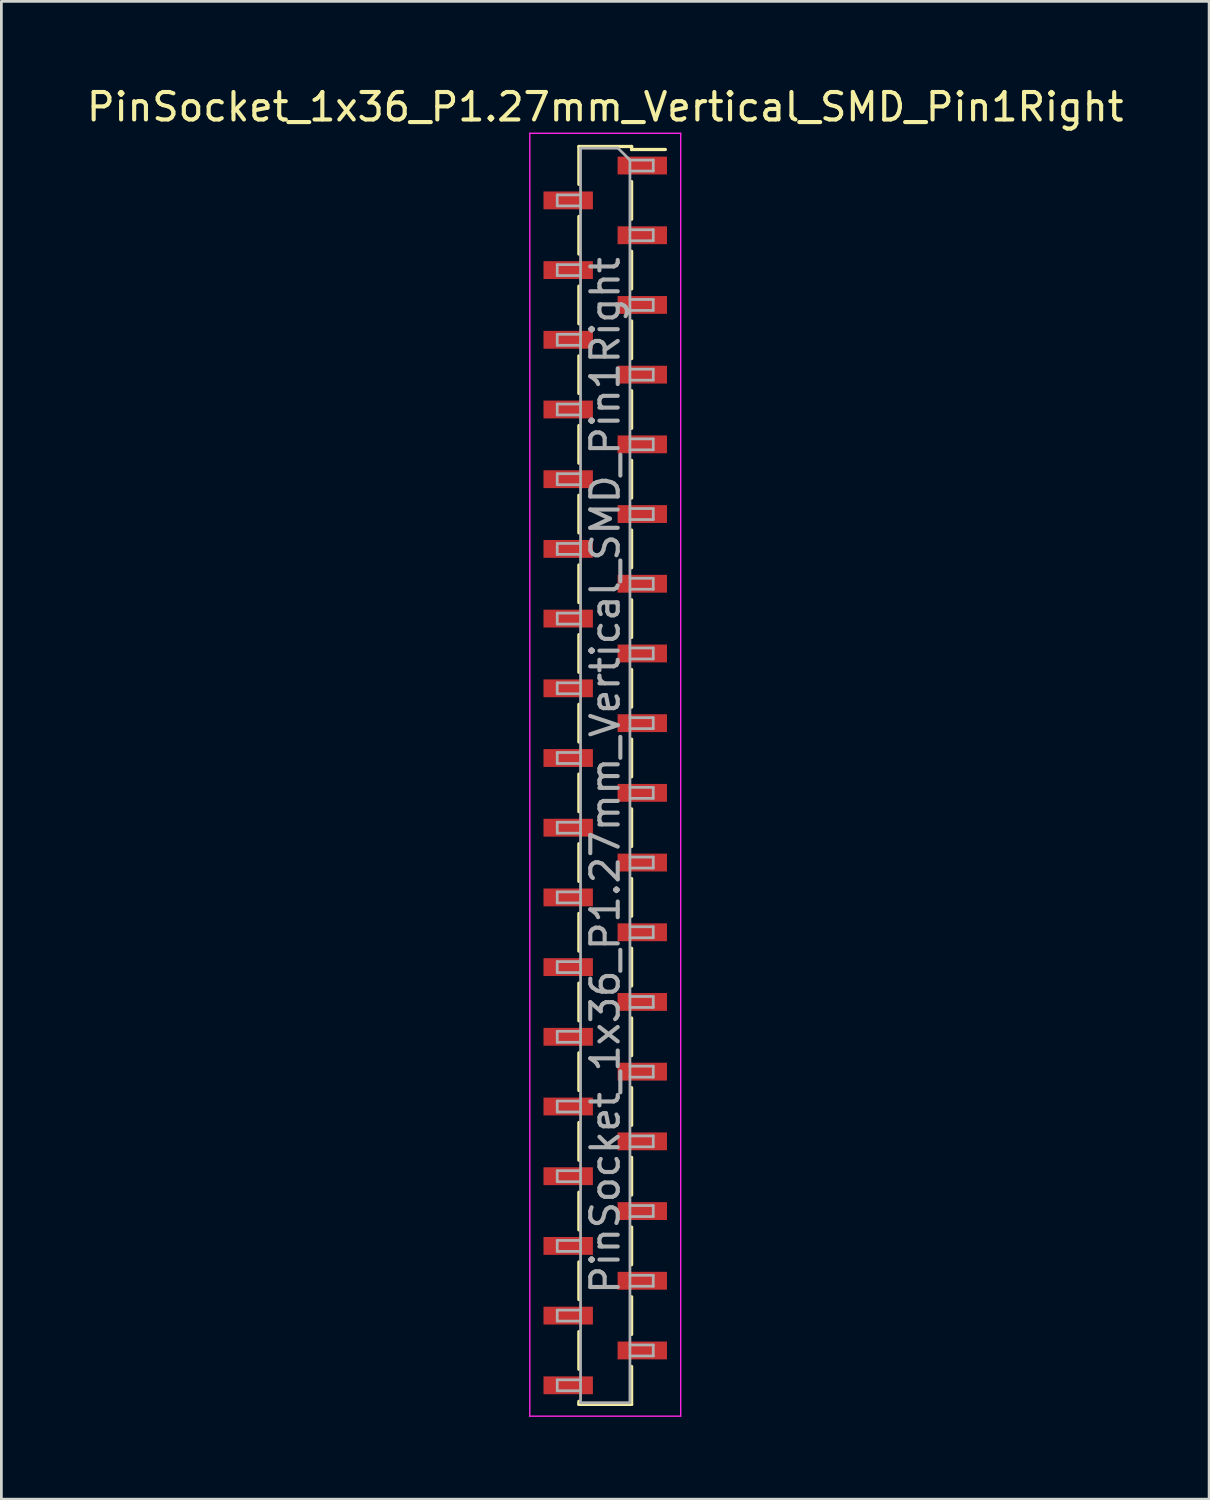
<source format=kicad_pcb>
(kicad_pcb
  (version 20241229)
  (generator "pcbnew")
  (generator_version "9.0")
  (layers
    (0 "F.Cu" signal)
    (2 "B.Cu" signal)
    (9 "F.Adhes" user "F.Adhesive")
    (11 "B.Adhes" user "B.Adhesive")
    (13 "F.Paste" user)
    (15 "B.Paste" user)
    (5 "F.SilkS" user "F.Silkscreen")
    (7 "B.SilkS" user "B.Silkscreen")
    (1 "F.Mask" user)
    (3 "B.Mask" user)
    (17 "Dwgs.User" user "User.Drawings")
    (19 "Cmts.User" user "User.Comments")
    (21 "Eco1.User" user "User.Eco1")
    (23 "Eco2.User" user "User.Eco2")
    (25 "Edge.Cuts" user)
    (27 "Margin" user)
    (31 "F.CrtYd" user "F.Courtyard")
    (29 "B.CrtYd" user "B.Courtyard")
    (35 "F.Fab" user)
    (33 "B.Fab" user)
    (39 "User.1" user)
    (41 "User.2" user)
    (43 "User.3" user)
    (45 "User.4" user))
  (footprint "PinSocket_1x36_P1.27mm_Vertical_SMD_Pin1Right"
    (layer "F.Cu")
    (at 19.006 25.208)
    (property "Reference" "PinSocket_1x36_P1.27mm_Vertical_SMD_Pin1Right" (at 0 -24.36 0) (layer "F.SilkS") (effects (font (size 1 1) (thickness 0.15))))
    (attr smd)
    (fp_line (start -0.96 -22.92) (end -0.96 -21.54) (stroke (width 0.12) (type solid)) (layer "F.SilkS"))
    (fp_line (start -0.96 -22.92) (end 0.96 -22.92) (stroke (width 0.12) (type solid)) (layer "F.SilkS"))
    (fp_line (start -0.96 -20.37) (end -0.96 -19) (stroke (width 0.12) (type solid)) (layer "F.SilkS"))
    (fp_line (start -0.96 -17.83) (end -0.96 -16.46) (stroke (width 0.12) (type solid)) (layer "F.SilkS"))
    (fp_line (start -0.96 -15.29) (end -0.96 -13.92) (stroke (width 0.12) (type solid)) (layer "F.SilkS"))
    (fp_line (start -0.96 -12.75) (end -0.96 -11.38) (stroke (width 0.12) (type solid)) (layer "F.SilkS"))
    (fp_line (start -0.96 -10.21) (end -0.96 -8.84) (stroke (width 0.12) (type solid)) (layer "F.SilkS"))
    (fp_line (start -0.96 -7.67) (end -0.96 -6.3) (stroke (width 0.12) (type solid)) (layer "F.SilkS"))
    (fp_line (start -0.96 -5.13) (end -0.96 -3.76) (stroke (width 0.12) (type solid)) (layer "F.SilkS"))
    (fp_line (start -0.96 -2.59) (end -0.96 -1.22) (stroke (width 0.12) (type solid)) (layer "F.SilkS"))
    (fp_line (start -0.96 -0.05) (end -0.96 1.32) (stroke (width 0.12) (type solid)) (layer "F.SilkS"))
    (fp_line (start -0.96 2.49) (end -0.96 3.86) (stroke (width 0.12) (type solid)) (layer "F.SilkS"))
    (fp_line (start -0.96 5.03) (end -0.96 6.4) (stroke (width 0.12) (type solid)) (layer "F.SilkS"))
    (fp_line (start -0.96 7.57) (end -0.96 8.94) (stroke (width 0.12) (type solid)) (layer "F.SilkS"))
    (fp_line (start -0.96 10.11) (end -0.96 11.48) (stroke (width 0.12) (type solid)) (layer "F.SilkS"))
    (fp_line (start -0.96 12.65) (end -0.96 14.02) (stroke (width 0.12) (type solid)) (layer "F.SilkS"))
    (fp_line (start -0.96 15.19) (end -0.96 16.56) (stroke (width 0.12) (type solid)) (layer "F.SilkS"))
    (fp_line (start -0.96 17.73) (end -0.96 19.1) (stroke (width 0.12) (type solid)) (layer "F.SilkS"))
    (fp_line (start -0.96 20.27) (end -0.96 21.64) (stroke (width 0.12) (type solid)) (layer "F.SilkS"))
    (fp_line (start -0.96 22.81) (end -0.96 22.92) (stroke (width 0.12) (type solid)) (layer "F.SilkS"))
    (fp_line (start -0.96 22.92) (end 0.96 22.92) (stroke (width 0.12) (type solid)) (layer "F.SilkS"))
    (fp_line (start 0.96 -22.92) (end 0.96 -22.81) (stroke (width 0.12) (type solid)) (layer "F.SilkS"))
    (fp_line (start 0.96 -22.81) (end 2.19 -22.81) (stroke (width 0.12) (type solid)) (layer "F.SilkS"))
    (fp_line (start 0.96 -21.64) (end 0.96 -20.27) (stroke (width 0.12) (type solid)) (layer "F.SilkS"))
    (fp_line (start 0.96 -19.1) (end 0.96 -17.73) (stroke (width 0.12) (type solid)) (layer "F.SilkS"))
    (fp_line (start 0.96 -16.56) (end 0.96 -15.19) (stroke (width 0.12) (type solid)) (layer "F.SilkS"))
    (fp_line (start 0.96 -14.02) (end 0.96 -12.65) (stroke (width 0.12) (type solid)) (layer "F.SilkS"))
    (fp_line (start 0.96 -11.48) (end 0.96 -10.11) (stroke (width 0.12) (type solid)) (layer "F.SilkS"))
    (fp_line (start 0.96 -8.94) (end 0.96 -7.57) (stroke (width 0.12) (type solid)) (layer "F.SilkS"))
    (fp_line (start 0.96 -6.4) (end 0.96 -5.03) (stroke (width 0.12) (type solid)) (layer "F.SilkS"))
    (fp_line (start 0.96 -3.86) (end 0.96 -2.49) (stroke (width 0.12) (type solid)) (layer "F.SilkS"))
    (fp_line (start 0.96 -1.32) (end 0.96 0.05) (stroke (width 0.12) (type solid)) (layer "F.SilkS"))
    (fp_line (start 0.96 1.22) (end 0.96 2.59) (stroke (width 0.12) (type solid)) (layer "F.SilkS"))
    (fp_line (start 0.96 3.76) (end 0.96 5.13) (stroke (width 0.12) (type solid)) (layer "F.SilkS"))
    (fp_line (start 0.96 6.3) (end 0.96 7.67) (stroke (width 0.12) (type solid)) (layer "F.SilkS"))
    (fp_line (start 0.96 8.84) (end 0.96 10.21) (stroke (width 0.12) (type solid)) (layer "F.SilkS"))
    (fp_line (start 0.96 11.38) (end 0.96 12.75) (stroke (width 0.12) (type solid)) (layer "F.SilkS"))
    (fp_line (start 0.96 13.92) (end 0.96 15.29) (stroke (width 0.12) (type solid)) (layer "F.SilkS"))
    (fp_line (start 0.96 16.46) (end 0.96 17.83) (stroke (width 0.12) (type solid)) (layer "F.SilkS"))
    (fp_line (start 0.96 19) (end 0.96 20.37) (stroke (width 0.12) (type solid)) (layer "F.SilkS"))
    (fp_line (start 0.96 21.54) (end 0.96 22.92) (stroke (width 0.12) (type solid)) (layer "F.SilkS"))
    (fp_line (start -2.75 -23.4) (end 2.75 -23.4) (stroke (width 0.05) (type solid)) (layer "F.CrtYd"))
    (fp_line (start -2.75 23.35) (end -2.75 -23.4) (stroke (width 0.05) (type solid)) (layer "F.CrtYd"))
    (fp_line (start 2.75 -23.4) (end 2.75 23.35) (stroke (width 0.05) (type solid)) (layer "F.CrtYd"))
    (fp_line (start 2.75 23.35) (end -2.75 23.35) (stroke (width 0.05) (type solid)) (layer "F.CrtYd"))
    (fp_line (start -1.75 -21.155) (end -0.9 -21.155) (stroke (width 0.1) (type solid)) (layer "F.Fab"))
    (fp_line (start -1.75 -20.755) (end -1.75 -21.155) (stroke (width 0.1) (type solid)) (layer "F.Fab"))
    (fp_line (start -1.75 -18.615) (end -0.9 -18.615) (stroke (width 0.1) (type solid)) (layer "F.Fab"))
    (fp_line (start -1.75 -18.215) (end -1.75 -18.615) (stroke (width 0.1) (type solid)) (layer "F.Fab"))
    (fp_line (start -1.75 -16.075) (end -0.9 -16.075) (stroke (width 0.1) (type solid)) (layer "F.Fab"))
    (fp_line (start -1.75 -15.675) (end -1.75 -16.075) (stroke (width 0.1) (type solid)) (layer "F.Fab"))
    (fp_line (start -1.75 -13.535) (end -0.9 -13.535) (stroke (width 0.1) (type solid)) (layer "F.Fab"))
    (fp_line (start -1.75 -13.135) (end -1.75 -13.535) (stroke (width 0.1) (type solid)) (layer "F.Fab"))
    (fp_line (start -1.75 -10.995) (end -0.9 -10.995) (stroke (width 0.1) (type solid)) (layer "F.Fab"))
    (fp_line (start -1.75 -10.595) (end -1.75 -10.995) (stroke (width 0.1) (type solid)) (layer "F.Fab"))
    (fp_line (start -1.75 -8.455) (end -0.9 -8.455) (stroke (width 0.1) (type solid)) (layer "F.Fab"))
    (fp_line (start -1.75 -8.055) (end -1.75 -8.455) (stroke (width 0.1) (type solid)) (layer "F.Fab"))
    (fp_line (start -1.75 -5.915) (end -0.9 -5.915) (stroke (width 0.1) (type solid)) (layer "F.Fab"))
    (fp_line (start -1.75 -5.515) (end -1.75 -5.915) (stroke (width 0.1) (type solid)) (layer "F.Fab"))
    (fp_line (start -1.75 -3.375) (end -0.9 -3.375) (stroke (width 0.1) (type solid)) (layer "F.Fab"))
    (fp_line (start -1.75 -2.975) (end -1.75 -3.375) (stroke (width 0.1) (type solid)) (layer "F.Fab"))
    (fp_line (start -1.75 -0.835) (end -0.9 -0.835) (stroke (width 0.1) (type solid)) (layer "F.Fab"))
    (fp_line (start -1.75 -0.435) (end -1.75 -0.835) (stroke (width 0.1) (type solid)) (layer "F.Fab"))
    (fp_line (start -1.75 1.705) (end -0.9 1.705) (stroke (width 0.1) (type solid)) (layer "F.Fab"))
    (fp_line (start -1.75 2.105) (end -1.75 1.705) (stroke (width 0.1) (type solid)) (layer "F.Fab"))
    (fp_line (start -1.75 4.245) (end -0.9 4.245) (stroke (width 0.1) (type solid)) (layer "F.Fab"))
    (fp_line (start -1.75 4.645) (end -1.75 4.245) (stroke (width 0.1) (type solid)) (layer "F.Fab"))
    (fp_line (start -1.75 6.785) (end -0.9 6.785) (stroke (width 0.1) (type solid)) (layer "F.Fab"))
    (fp_line (start -1.75 7.185) (end -1.75 6.785) (stroke (width 0.1) (type solid)) (layer "F.Fab"))
    (fp_line (start -1.75 9.325) (end -0.9 9.325) (stroke (width 0.1) (type solid)) (layer "F.Fab"))
    (fp_line (start -1.75 9.725) (end -1.75 9.325) (stroke (width 0.1) (type solid)) (layer "F.Fab"))
    (fp_line (start -1.75 11.865) (end -0.9 11.865) (stroke (width 0.1) (type solid)) (layer "F.Fab"))
    (fp_line (start -1.75 12.265) (end -1.75 11.865) (stroke (width 0.1) (type solid)) (layer "F.Fab"))
    (fp_line (start -1.75 14.405) (end -0.9 14.405) (stroke (width 0.1) (type solid)) (layer "F.Fab"))
    (fp_line (start -1.75 14.805) (end -1.75 14.405) (stroke (width 0.1) (type solid)) (layer "F.Fab"))
    (fp_line (start -1.75 16.945) (end -0.9 16.945) (stroke (width 0.1) (type solid)) (layer "F.Fab"))
    (fp_line (start -1.75 17.345) (end -1.75 16.945) (stroke (width 0.1) (type solid)) (layer "F.Fab"))
    (fp_line (start -1.75 19.485) (end -0.9 19.485) (stroke (width 0.1) (type solid)) (layer "F.Fab"))
    (fp_line (start -1.75 19.885) (end -1.75 19.485) (stroke (width 0.1) (type solid)) (layer "F.Fab"))
    (fp_line (start -1.75 22.025) (end -0.9 22.025) (stroke (width 0.1) (type solid)) (layer "F.Fab"))
    (fp_line (start -1.75 22.425) (end -1.75 22.025) (stroke (width 0.1) (type solid)) (layer "F.Fab"))
    (fp_line (start -0.9 -22.86) (end 0.465 -22.86) (stroke (width 0.1) (type solid)) (layer "F.Fab"))
    (fp_line (start -0.9 -20.755) (end -1.75 -20.755) (stroke (width 0.1) (type solid)) (layer "F.Fab"))
    (fp_line (start -0.9 -18.215) (end -1.75 -18.215) (stroke (width 0.1) (type solid)) (layer "F.Fab"))
    (fp_line (start -0.9 -15.675) (end -1.75 -15.675) (stroke (width 0.1) (type solid)) (layer "F.Fab"))
    (fp_line (start -0.9 -13.135) (end -1.75 -13.135) (stroke (width 0.1) (type solid)) (layer "F.Fab"))
    (fp_line (start -0.9 -10.595) (end -1.75 -10.595) (stroke (width 0.1) (type solid)) (layer "F.Fab"))
    (fp_line (start -0.9 -8.055) (end -1.75 -8.055) (stroke (width 0.1) (type solid)) (layer "F.Fab"))
    (fp_line (start -0.9 -5.515) (end -1.75 -5.515) (stroke (width 0.1) (type solid)) (layer "F.Fab"))
    (fp_line (start -0.9 -2.975) (end -1.75 -2.975) (stroke (width 0.1) (type solid)) (layer "F.Fab"))
    (fp_line (start -0.9 -0.435) (end -1.75 -0.435) (stroke (width 0.1) (type solid)) (layer "F.Fab"))
    (fp_line (start -0.9 2.105) (end -1.75 2.105) (stroke (width 0.1) (type solid)) (layer "F.Fab"))
    (fp_line (start -0.9 4.645) (end -1.75 4.645) (stroke (width 0.1) (type solid)) (layer "F.Fab"))
    (fp_line (start -0.9 7.185) (end -1.75 7.185) (stroke (width 0.1) (type solid)) (layer "F.Fab"))
    (fp_line (start -0.9 9.725) (end -1.75 9.725) (stroke (width 0.1) (type solid)) (layer "F.Fab"))
    (fp_line (start -0.9 12.265) (end -1.75 12.265) (stroke (width 0.1) (type solid)) (layer "F.Fab"))
    (fp_line (start -0.9 14.805) (end -1.75 14.805) (stroke (width 0.1) (type solid)) (layer "F.Fab"))
    (fp_line (start -0.9 17.345) (end -1.75 17.345) (stroke (width 0.1) (type solid)) (layer "F.Fab"))
    (fp_line (start -0.9 19.885) (end -1.75 19.885) (stroke (width 0.1) (type solid)) (layer "F.Fab"))
    (fp_line (start -0.9 22.425) (end -1.75 22.425) (stroke (width 0.1) (type solid)) (layer "F.Fab"))
    (fp_line (start -0.9 22.86) (end -0.9 -22.86) (stroke (width 0.1) (type solid)) (layer "F.Fab"))
    (fp_line (start 0.465 -22.86) (end 0.9 -22.425) (stroke (width 0.1) (type solid)) (layer "F.Fab"))
    (fp_line (start 0.9 -22.425) (end 0.9 22.86) (stroke (width 0.1) (type solid)) (layer "F.Fab"))
    (fp_line (start 0.9 -22.425) (end 1.75 -22.425) (stroke (width 0.1) (type solid)) (layer "F.Fab"))
    (fp_line (start 0.9 -19.885) (end 1.75 -19.885) (stroke (width 0.1) (type solid)) (layer "F.Fab"))
    (fp_line (start 0.9 -17.345) (end 1.75 -17.345) (stroke (width 0.1) (type solid)) (layer "F.Fab"))
    (fp_line (start 0.9 -14.805) (end 1.75 -14.805) (stroke (width 0.1) (type solid)) (layer "F.Fab"))
    (fp_line (start 0.9 -12.265) (end 1.75 -12.265) (stroke (width 0.1) (type solid)) (layer "F.Fab"))
    (fp_line (start 0.9 -9.725) (end 1.75 -9.725) (stroke (width 0.1) (type solid)) (layer "F.Fab"))
    (fp_line (start 0.9 -7.185) (end 1.75 -7.185) (stroke (width 0.1) (type solid)) (layer "F.Fab"))
    (fp_line (start 0.9 -4.645) (end 1.75 -4.645) (stroke (width 0.1) (type solid)) (layer "F.Fab"))
    (fp_line (start 0.9 -2.105) (end 1.75 -2.105) (stroke (width 0.1) (type solid)) (layer "F.Fab"))
    (fp_line (start 0.9 0.435) (end 1.75 0.435) (stroke (width 0.1) (type solid)) (layer "F.Fab"))
    (fp_line (start 0.9 2.975) (end 1.75 2.975) (stroke (width 0.1) (type solid)) (layer "F.Fab"))
    (fp_line (start 0.9 5.515) (end 1.75 5.515) (stroke (width 0.1) (type solid)) (layer "F.Fab"))
    (fp_line (start 0.9 8.055) (end 1.75 8.055) (stroke (width 0.1) (type solid)) (layer "F.Fab"))
    (fp_line (start 0.9 10.595) (end 1.75 10.595) (stroke (width 0.1) (type solid)) (layer "F.Fab"))
    (fp_line (start 0.9 13.135) (end 1.75 13.135) (stroke (width 0.1) (type solid)) (layer "F.Fab"))
    (fp_line (start 0.9 15.675) (end 1.75 15.675) (stroke (width 0.1) (type solid)) (layer "F.Fab"))
    (fp_line (start 0.9 18.215) (end 1.75 18.215) (stroke (width 0.1) (type solid)) (layer "F.Fab"))
    (fp_line (start 0.9 20.755) (end 1.75 20.755) (stroke (width 0.1) (type solid)) (layer "F.Fab"))
    (fp_line (start 0.9 22.86) (end -0.9 22.86) (stroke (width 0.1) (type solid)) (layer "F.Fab"))
    (fp_line (start 1.75 -22.425) (end 1.75 -22.025) (stroke (width 0.1) (type solid)) (layer "F.Fab"))
    (fp_line (start 1.75 -22.025) (end 0.9 -22.025) (stroke (width 0.1) (type solid)) (layer "F.Fab"))
    (fp_line (start 1.75 -19.885) (end 1.75 -19.485) (stroke (width 0.1) (type solid)) (layer "F.Fab"))
    (fp_line (start 1.75 -19.485) (end 0.9 -19.485) (stroke (width 0.1) (type solid)) (layer "F.Fab"))
    (fp_line (start 1.75 -17.345) (end 1.75 -16.945) (stroke (width 0.1) (type solid)) (layer "F.Fab"))
    (fp_line (start 1.75 -16.945) (end 0.9 -16.945) (stroke (width 0.1) (type solid)) (layer "F.Fab"))
    (fp_line (start 1.75 -14.805) (end 1.75 -14.405) (stroke (width 0.1) (type solid)) (layer "F.Fab"))
    (fp_line (start 1.75 -14.405) (end 0.9 -14.405) (stroke (width 0.1) (type solid)) (layer "F.Fab"))
    (fp_line (start 1.75 -12.265) (end 1.75 -11.865) (stroke (width 0.1) (type solid)) (layer "F.Fab"))
    (fp_line (start 1.75 -11.865) (end 0.9 -11.865) (stroke (width 0.1) (type solid)) (layer "F.Fab"))
    (fp_line (start 1.75 -9.725) (end 1.75 -9.325) (stroke (width 0.1) (type solid)) (layer "F.Fab"))
    (fp_line (start 1.75 -9.325) (end 0.9 -9.325) (stroke (width 0.1) (type solid)) (layer "F.Fab"))
    (fp_line (start 1.75 -7.185) (end 1.75 -6.785) (stroke (width 0.1) (type solid)) (layer "F.Fab"))
    (fp_line (start 1.75 -6.785) (end 0.9 -6.785) (stroke (width 0.1) (type solid)) (layer "F.Fab"))
    (fp_line (start 1.75 -4.645) (end 1.75 -4.245) (stroke (width 0.1) (type solid)) (layer "F.Fab"))
    (fp_line (start 1.75 -4.245) (end 0.9 -4.245) (stroke (width 0.1) (type solid)) (layer "F.Fab"))
    (fp_line (start 1.75 -2.105) (end 1.75 -1.705) (stroke (width 0.1) (type solid)) (layer "F.Fab"))
    (fp_line (start 1.75 -1.705) (end 0.9 -1.705) (stroke (width 0.1) (type solid)) (layer "F.Fab"))
    (fp_line (start 1.75 0.435) (end 1.75 0.835) (stroke (width 0.1) (type solid)) (layer "F.Fab"))
    (fp_line (start 1.75 0.835) (end 0.9 0.835) (stroke (width 0.1) (type solid)) (layer "F.Fab"))
    (fp_line (start 1.75 2.975) (end 1.75 3.375) (stroke (width 0.1) (type solid)) (layer "F.Fab"))
    (fp_line (start 1.75 3.375) (end 0.9 3.375) (stroke (width 0.1) (type solid)) (layer "F.Fab"))
    (fp_line (start 1.75 5.515) (end 1.75 5.915) (stroke (width 0.1) (type solid)) (layer "F.Fab"))
    (fp_line (start 1.75 5.915) (end 0.9 5.915) (stroke (width 0.1) (type solid)) (layer "F.Fab"))
    (fp_line (start 1.75 8.055) (end 1.75 8.455) (stroke (width 0.1) (type solid)) (layer "F.Fab"))
    (fp_line (start 1.75 8.455) (end 0.9 8.455) (stroke (width 0.1) (type solid)) (layer "F.Fab"))
    (fp_line (start 1.75 10.595) (end 1.75 10.995) (stroke (width 0.1) (type solid)) (layer "F.Fab"))
    (fp_line (start 1.75 10.995) (end 0.9 10.995) (stroke (width 0.1) (type solid)) (layer "F.Fab"))
    (fp_line (start 1.75 13.135) (end 1.75 13.535) (stroke (width 0.1) (type solid)) (layer "F.Fab"))
    (fp_line (start 1.75 13.535) (end 0.9 13.535) (stroke (width 0.1) (type solid)) (layer "F.Fab"))
    (fp_line (start 1.75 15.675) (end 1.75 16.075) (stroke (width 0.1) (type solid)) (layer "F.Fab"))
    (fp_line (start 1.75 16.075) (end 0.9 16.075) (stroke (width 0.1) (type solid)) (layer "F.Fab"))
    (fp_line (start 1.75 18.215) (end 1.75 18.615) (stroke (width 0.1) (type solid)) (layer "F.Fab"))
    (fp_line (start 1.75 18.615) (end 0.9 18.615) (stroke (width 0.1) (type solid)) (layer "F.Fab"))
    (fp_line (start 1.75 20.755) (end 1.75 21.155) (stroke (width 0.1) (type solid)) (layer "F.Fab"))
    (fp_line (start 1.75 21.155) (end 0.9 21.155) (stroke (width 0.1) (type solid)) (layer "F.Fab"))
    (fp_text user "${REFERENCE}" (at 0 0 90) (layer "F.Fab") (effects (font (size 1 1) (thickness 0.15))))
    (pad "1" smd rect (at 1.35 -22.225) (size 1.8 0.65) (layers "F.Cu" "F.Mask" "F.Paste"))
    (pad "2" smd rect (at -1.35 -20.955) (size 1.8 0.65) (layers "F.Cu" "F.Mask" "F.Paste"))
    (pad "3" smd rect (at 1.35 -19.685) (size 1.8 0.65) (layers "F.Cu" "F.Mask" "F.Paste"))
    (pad "4" smd rect (at -1.35 -18.415) (size 1.8 0.65) (layers "F.Cu" "F.Mask" "F.Paste"))
    (pad "5" smd rect (at 1.35 -17.145) (size 1.8 0.65) (layers "F.Cu" "F.Mask" "F.Paste"))
    (pad "6" smd rect (at -1.35 -15.875) (size 1.8 0.65) (layers "F.Cu" "F.Mask" "F.Paste"))
    (pad "7" smd rect (at 1.35 -14.605) (size 1.8 0.65) (layers "F.Cu" "F.Mask" "F.Paste"))
    (pad "8" smd rect (at -1.35 -13.335) (size 1.8 0.65) (layers "F.Cu" "F.Mask" "F.Paste"))
    (pad "9" smd rect (at 1.35 -12.065) (size 1.8 0.65) (layers "F.Cu" "F.Mask" "F.Paste"))
    (pad "10" smd rect (at -1.35 -10.795) (size 1.8 0.65) (layers "F.Cu" "F.Mask" "F.Paste"))
    (pad "11" smd rect (at 1.35 -9.525) (size 1.8 0.65) (layers "F.Cu" "F.Mask" "F.Paste"))
    (pad "12" smd rect (at -1.35 -8.255) (size 1.8 0.65) (layers "F.Cu" "F.Mask" "F.Paste"))
    (pad "13" smd rect (at 1.35 -6.985) (size 1.8 0.65) (layers "F.Cu" "F.Mask" "F.Paste"))
    (pad "14" smd rect (at -1.35 -5.715) (size 1.8 0.65) (layers "F.Cu" "F.Mask" "F.Paste"))
    (pad "15" smd rect (at 1.35 -4.445) (size 1.8 0.65) (layers "F.Cu" "F.Mask" "F.Paste"))
    (pad "16" smd rect (at -1.35 -3.175) (size 1.8 0.65) (layers "F.Cu" "F.Mask" "F.Paste"))
    (pad "17" smd rect (at 1.35 -1.905) (size 1.8 0.65) (layers "F.Cu" "F.Mask" "F.Paste"))
    (pad "18" smd rect (at -1.35 -0.635) (size 1.8 0.65) (layers "F.Cu" "F.Mask" "F.Paste"))
    (pad "19" smd rect (at 1.35 0.635) (size 1.8 0.65) (layers "F.Cu" "F.Mask" "F.Paste"))
    (pad "20" smd rect (at -1.35 1.905) (size 1.8 0.65) (layers "F.Cu" "F.Mask" "F.Paste"))
    (pad "21" smd rect (at 1.35 3.175) (size 1.8 0.65) (layers "F.Cu" "F.Mask" "F.Paste"))
    (pad "22" smd rect (at -1.35 4.445) (size 1.8 0.65) (layers "F.Cu" "F.Mask" "F.Paste"))
    (pad "23" smd rect (at 1.35 5.715) (size 1.8 0.65) (layers "F.Cu" "F.Mask" "F.Paste"))
    (pad "24" smd rect (at -1.35 6.985) (size 1.8 0.65) (layers "F.Cu" "F.Mask" "F.Paste"))
    (pad "25" smd rect (at 1.35 8.255) (size 1.8 0.65) (layers "F.Cu" "F.Mask" "F.Paste"))
    (pad "26" smd rect (at -1.35 9.525) (size 1.8 0.65) (layers "F.Cu" "F.Mask" "F.Paste"))
    (pad "27" smd rect (at 1.35 10.795) (size 1.8 0.65) (layers "F.Cu" "F.Mask" "F.Paste"))
    (pad "28" smd rect (at -1.35 12.065) (size 1.8 0.65) (layers "F.Cu" "F.Mask" "F.Paste"))
    (pad "29" smd rect (at 1.35 13.335) (size 1.8 0.65) (layers "F.Cu" "F.Mask" "F.Paste"))
    (pad "30" smd rect (at -1.35 14.605) (size 1.8 0.65) (layers "F.Cu" "F.Mask" "F.Paste"))
    (pad "31" smd rect (at 1.35 15.875) (size 1.8 0.65) (layers "F.Cu" "F.Mask" "F.Paste"))
    (pad "32" smd rect (at -1.35 17.145) (size 1.8 0.65) (layers "F.Cu" "F.Mask" "F.Paste"))
    (pad "33" smd rect (at 1.35 18.415) (size 1.8 0.65) (layers "F.Cu" "F.Mask" "F.Paste"))
    (pad "34" smd rect (at -1.35 19.685) (size 1.8 0.65) (layers "F.Cu" "F.Mask" "F.Paste"))
    (pad "35" smd rect (at 1.35 20.955) (size 1.8 0.65) (layers "F.Cu" "F.Mask" "F.Paste"))
    (pad "36" smd rect (at -1.35 22.225) (size 1.8 0.65) (layers "F.Cu" "F.Mask" "F.Paste")))
  (gr_rect
    (start -3 -3)
    (end 41.012 51.583)
    (stroke (width 0.1) (type default))
    (fill no)
    (layer "Edge.Cuts")))
</source>
